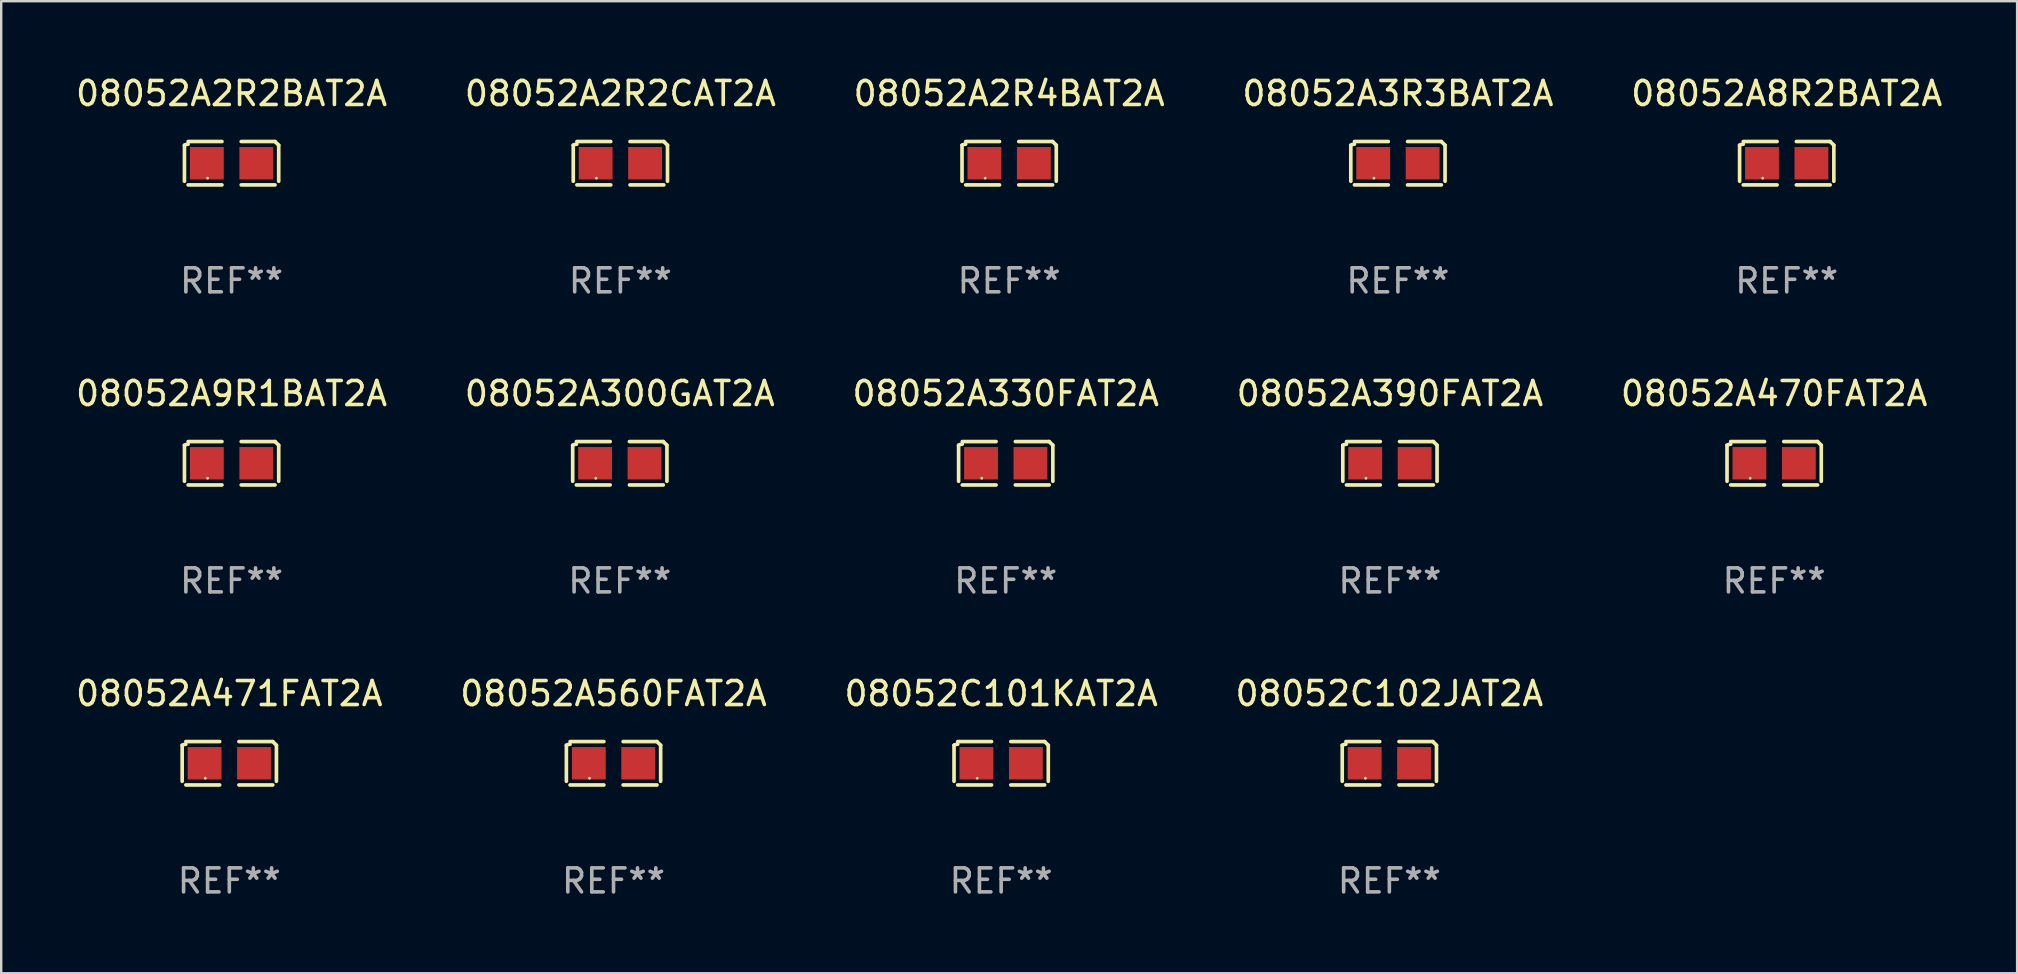
<source format=kicad_pcb>
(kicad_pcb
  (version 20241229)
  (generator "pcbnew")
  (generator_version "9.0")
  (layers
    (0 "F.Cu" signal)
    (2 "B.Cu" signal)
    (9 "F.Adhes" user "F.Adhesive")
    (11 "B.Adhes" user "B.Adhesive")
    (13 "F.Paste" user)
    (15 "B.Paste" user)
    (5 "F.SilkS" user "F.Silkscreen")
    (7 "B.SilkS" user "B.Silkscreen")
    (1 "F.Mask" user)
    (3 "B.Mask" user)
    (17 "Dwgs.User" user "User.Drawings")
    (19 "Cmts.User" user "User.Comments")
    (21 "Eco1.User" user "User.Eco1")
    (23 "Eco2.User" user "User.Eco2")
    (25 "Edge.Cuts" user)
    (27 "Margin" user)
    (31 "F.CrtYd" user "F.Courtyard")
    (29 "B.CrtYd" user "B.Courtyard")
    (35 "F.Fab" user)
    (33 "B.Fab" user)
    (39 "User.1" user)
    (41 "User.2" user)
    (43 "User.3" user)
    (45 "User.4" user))
  (footprint "08052A3R3BAT2A"
    (layer "F.Cu")
    (at 55.208 3.752)
    (property "Reference" "08052A3R3BAT2A" (at 0 -2.904 0) (layer "F.SilkS") (effects (font (size 1 1) (thickness 0.15))))
    (attr through_hole)
    (fp_line (start -1.964 0.751) (end -1.964 -0.751) (stroke (width 0.152) (type solid)) (layer "F.SilkS"))
    (fp_line (start -1.811 -0.904) (end -0.401 -0.904) (stroke (width 0.152) (type solid)) (layer "F.SilkS"))
    (fp_line (start -0.401 0.904) (end -1.811 0.904) (stroke (width 0.152) (type solid)) (layer "F.SilkS"))
    (fp_line (start 0.401 0.904) (end 1.811 0.904) (stroke (width 0.152) (type solid)) (layer "F.SilkS"))
    (fp_line (start 1.811 -0.904) (end 0.401 -0.904) (stroke (width 0.152) (type solid)) (layer "F.SilkS"))
    (fp_line (start 1.964 0.751) (end 1.964 -0.751) (stroke (width 0.152) (type solid)) (layer "F.SilkS"))
    (fp_arc (start -1.963602 -0.751207) (mid -1.890354 -0.783131) (end -1.811201 -0.794044) (stroke (width 0.1524) (type solid)) (layer "F.SilkS"))
    (fp_arc (start 1.811202 -0.903607) (mid 1.887413 -0.827418) (end 1.963602 -0.751207) (stroke (width 0.1524) (type solid)) (layer "F.SilkS"))
    (fp_circle (center -1 0.625) (end -0.97 0.625) (stroke (width 0.06) (type solid)) (fill no) (layer "F.SilkS"))
    (fp_text user "REF**" (at 0 4.904 0) (layer "F.Fab") (effects (font (size 1 1) (thickness 0.15))))
    (pad "1" smd rect (at -1.03 0) (size 1.41 1.35) (layers "F.Cu" "F.Mask" "F.Paste"))
    (pad "2" smd rect (at 1.03 0) (size 1.41 1.35) (layers "F.Cu" "F.Mask" "F.Paste")))
  (footprint "08052A330FAT2A"
    (layer "F.Cu")
    (at 38.863 16.256)
    (property "Reference" "08052A330FAT2A" (at 0 -2.904 0) (layer "F.SilkS") (effects (font (size 1 1) (thickness 0.15))))
    (attr through_hole)
    (fp_line (start -1.964 0.751) (end -1.964 -0.751) (stroke (width 0.152) (type solid)) (layer "F.SilkS"))
    (fp_line (start -1.811 -0.904) (end -0.401 -0.904) (stroke (width 0.152) (type solid)) (layer "F.SilkS"))
    (fp_line (start -0.401 0.904) (end -1.811 0.904) (stroke (width 0.152) (type solid)) (layer "F.SilkS"))
    (fp_line (start 0.401 0.904) (end 1.811 0.904) (stroke (width 0.152) (type solid)) (layer "F.SilkS"))
    (fp_line (start 1.811 -0.904) (end 0.401 -0.904) (stroke (width 0.152) (type solid)) (layer "F.SilkS"))
    (fp_line (start 1.964 0.751) (end 1.964 -0.751) (stroke (width 0.152) (type solid)) (layer "F.SilkS"))
    (fp_arc (start -1.963602 -0.751207) (mid -1.890354 -0.783131) (end -1.811201 -0.794044) (stroke (width 0.1524) (type solid)) (layer "F.SilkS"))
    (fp_arc (start 1.811202 -0.903607) (mid 1.887413 -0.827418) (end 1.963602 -0.751207) (stroke (width 0.1524) (type solid)) (layer "F.SilkS"))
    (fp_circle (center -1 0.625) (end -0.97 0.625) (stroke (width 0.06) (type solid)) (fill no) (layer "F.SilkS"))
    (fp_text user "REF**" (at 0 4.904 0) (layer "F.Fab") (effects (font (size 1 1) (thickness 0.15))))
    (pad "1" smd rect (at -1.03 0) (size 1.41 1.35) (layers "F.Cu" "F.Mask" "F.Paste"))
    (pad "2" smd rect (at 1.03 0) (size 1.41 1.35) (layers "F.Cu" "F.Mask" "F.Paste")))
  (footprint "08052A390FAT2A"
    (layer "F.Cu")
    (at 54.875 16.256)
    (property "Reference" "08052A390FAT2A" (at 0 -2.904 0) (layer "F.SilkS") (effects (font (size 1 1) (thickness 0.15))))
    (attr through_hole)
    (fp_line (start -1.964 0.751) (end -1.964 -0.751) (stroke (width 0.152) (type solid)) (layer "F.SilkS"))
    (fp_line (start -1.811 -0.904) (end -0.401 -0.904) (stroke (width 0.152) (type solid)) (layer "F.SilkS"))
    (fp_line (start -0.401 0.904) (end -1.811 0.904) (stroke (width 0.152) (type solid)) (layer "F.SilkS"))
    (fp_line (start 0.401 0.904) (end 1.811 0.904) (stroke (width 0.152) (type solid)) (layer "F.SilkS"))
    (fp_line (start 1.811 -0.904) (end 0.401 -0.904) (stroke (width 0.152) (type solid)) (layer "F.SilkS"))
    (fp_line (start 1.964 0.751) (end 1.964 -0.751) (stroke (width 0.152) (type solid)) (layer "F.SilkS"))
    (fp_arc (start -1.963602 -0.751207) (mid -1.890354 -0.783131) (end -1.811201 -0.794044) (stroke (width 0.1524) (type solid)) (layer "F.SilkS"))
    (fp_arc (start 1.811202 -0.903607) (mid 1.887413 -0.827418) (end 1.963602 -0.751207) (stroke (width 0.1524) (type solid)) (layer "F.SilkS"))
    (fp_circle (center -1 0.625) (end -0.97 0.625) (stroke (width 0.06) (type solid)) (fill no) (layer "F.SilkS"))
    (fp_text user "REF**" (at 0 4.904 0) (layer "F.Fab") (effects (font (size 1 1) (thickness 0.15))))
    (pad "1" smd rect (at -1.03 0) (size 1.41 1.35) (layers "F.Cu" "F.Mask" "F.Paste"))
    (pad "2" smd rect (at 1.03 0) (size 1.41 1.35) (layers "F.Cu" "F.Mask" "F.Paste")))
  (footprint "08052C102JAT2A"
    (layer "F.Cu")
    (at 54.851 28.759)
    (property "Reference" "08052C102JAT2A" (at 0 -2.904 0) (layer "F.SilkS") (effects (font (size 1 1) (thickness 0.15))))
    (attr through_hole)
    (fp_line (start -1.964 0.751) (end -1.964 -0.751) (stroke (width 0.152) (type solid)) (layer "F.SilkS"))
    (fp_line (start -1.811 -0.904) (end -0.401 -0.904) (stroke (width 0.152) (type solid)) (layer "F.SilkS"))
    (fp_line (start -0.401 0.904) (end -1.811 0.904) (stroke (width 0.152) (type solid)) (layer "F.SilkS"))
    (fp_line (start 0.401 0.904) (end 1.811 0.904) (stroke (width 0.152) (type solid)) (layer "F.SilkS"))
    (fp_line (start 1.811 -0.904) (end 0.401 -0.904) (stroke (width 0.152) (type solid)) (layer "F.SilkS"))
    (fp_line (start 1.964 0.751) (end 1.964 -0.751) (stroke (width 0.152) (type solid)) (layer "F.SilkS"))
    (fp_arc (start -1.963602 -0.751207) (mid -1.890354 -0.783131) (end -1.811201 -0.794044) (stroke (width 0.1524) (type solid)) (layer "F.SilkS"))
    (fp_arc (start 1.811202 -0.903607) (mid 1.887413 -0.827418) (end 1.963602 -0.751207) (stroke (width 0.1524) (type solid)) (layer "F.SilkS"))
    (fp_circle (center -1 0.625) (end -0.97 0.625) (stroke (width 0.06) (type solid)) (fill no) (layer "F.SilkS"))
    (fp_text user "REF**" (at 0 4.904 0) (layer "F.Fab") (effects (font (size 1 1) (thickness 0.15))))
    (pad "1" smd rect (at -1.03 0) (size 1.41 1.35) (layers "F.Cu" "F.Mask" "F.Paste"))
    (pad "2" smd rect (at 1.03 0) (size 1.41 1.35) (layers "F.Cu" "F.Mask" "F.Paste")))
  (footprint "08052A471FAT2A"
    (layer "F.Cu")
    (at 6.506 28.759)
    (property "Reference" "08052A471FAT2A" (at 0 -2.904 0) (layer "F.SilkS") (effects (font (size 1 1) (thickness 0.15))))
    (attr through_hole)
    (fp_line (start -1.964 0.751) (end -1.964 -0.751) (stroke (width 0.152) (type solid)) (layer "F.SilkS"))
    (fp_line (start -1.811 -0.904) (end -0.401 -0.904) (stroke (width 0.152) (type solid)) (layer "F.SilkS"))
    (fp_line (start -0.401 0.904) (end -1.811 0.904) (stroke (width 0.152) (type solid)) (layer "F.SilkS"))
    (fp_line (start 0.401 0.904) (end 1.811 0.904) (stroke (width 0.152) (type solid)) (layer "F.SilkS"))
    (fp_line (start 1.811 -0.904) (end 0.401 -0.904) (stroke (width 0.152) (type solid)) (layer "F.SilkS"))
    (fp_line (start 1.964 0.751) (end 1.964 -0.751) (stroke (width 0.152) (type solid)) (layer "F.SilkS"))
    (fp_arc (start -1.963602 -0.751207) (mid -1.890354 -0.783131) (end -1.811201 -0.794044) (stroke (width 0.1524) (type solid)) (layer "F.SilkS"))
    (fp_arc (start 1.811202 -0.903607) (mid 1.887413 -0.827418) (end 1.963602 -0.751207) (stroke (width 0.1524) (type solid)) (layer "F.SilkS"))
    (fp_circle (center -1 0.625) (end -0.97 0.625) (stroke (width 0.06) (type solid)) (fill no) (layer "F.SilkS"))
    (fp_text user "REF**" (at 0 4.904 0) (layer "F.Fab") (effects (font (size 1 1) (thickness 0.15))))
    (pad "1" smd rect (at -1.03 0) (size 1.41 1.35) (layers "F.Cu" "F.Mask" "F.Paste"))
    (pad "2" smd rect (at 1.03 0) (size 1.41 1.35) (layers "F.Cu" "F.Mask" "F.Paste")))
  (footprint "08052C101KAT2A"
    (layer "F.Cu")
    (at 38.673 28.759)
    (property "Reference" "08052C101KAT2A" (at 0 -2.904 0) (layer "F.SilkS") (effects (font (size 1 1) (thickness 0.15))))
    (attr through_hole)
    (fp_line (start -1.964 0.751) (end -1.964 -0.751) (stroke (width 0.152) (type solid)) (layer "F.SilkS"))
    (fp_line (start -1.811 -0.904) (end -0.401 -0.904) (stroke (width 0.152) (type solid)) (layer "F.SilkS"))
    (fp_line (start -0.401 0.904) (end -1.811 0.904) (stroke (width 0.152) (type solid)) (layer "F.SilkS"))
    (fp_line (start 0.401 0.904) (end 1.811 0.904) (stroke (width 0.152) (type solid)) (layer "F.SilkS"))
    (fp_line (start 1.811 -0.904) (end 0.401 -0.904) (stroke (width 0.152) (type solid)) (layer "F.SilkS"))
    (fp_line (start 1.964 0.751) (end 1.964 -0.751) (stroke (width 0.152) (type solid)) (layer "F.SilkS"))
    (fp_arc (start -1.963602 -0.751207) (mid -1.890354 -0.783131) (end -1.811201 -0.794044) (stroke (width 0.1524) (type solid)) (layer "F.SilkS"))
    (fp_arc (start 1.811202 -0.903607) (mid 1.887413 -0.827418) (end 1.963602 -0.751207) (stroke (width 0.1524) (type solid)) (layer "F.SilkS"))
    (fp_circle (center -1 0.625) (end -0.97 0.625) (stroke (width 0.06) (type solid)) (fill no) (layer "F.SilkS"))
    (fp_text user "REF**" (at 0 4.904 0) (layer "F.Fab") (effects (font (size 1 1) (thickness 0.15))))
    (pad "1" smd rect (at -1.03 0) (size 1.41 1.35) (layers "F.Cu" "F.Mask" "F.Paste"))
    (pad "2" smd rect (at 1.03 0) (size 1.41 1.35) (layers "F.Cu" "F.Mask" "F.Paste")))
  (footprint "08052A470FAT2A"
    (layer "F.Cu")
    (at 70.887 16.256)
    (property "Reference" "08052A470FAT2A" (at 0 -2.904 0) (layer "F.SilkS") (effects (font (size 1 1) (thickness 0.15))))
    (attr through_hole)
    (fp_line (start -1.964 0.751) (end -1.964 -0.751) (stroke (width 0.152) (type solid)) (layer "F.SilkS"))
    (fp_line (start -1.811 -0.904) (end -0.401 -0.904) (stroke (width 0.152) (type solid)) (layer "F.SilkS"))
    (fp_line (start -0.401 0.904) (end -1.811 0.904) (stroke (width 0.152) (type solid)) (layer "F.SilkS"))
    (fp_line (start 0.401 0.904) (end 1.811 0.904) (stroke (width 0.152) (type solid)) (layer "F.SilkS"))
    (fp_line (start 1.811 -0.904) (end 0.401 -0.904) (stroke (width 0.152) (type solid)) (layer "F.SilkS"))
    (fp_line (start 1.964 0.751) (end 1.964 -0.751) (stroke (width 0.152) (type solid)) (layer "F.SilkS"))
    (fp_arc (start -1.963602 -0.751207) (mid -1.890354 -0.783131) (end -1.811201 -0.794044) (stroke (width 0.1524) (type solid)) (layer "F.SilkS"))
    (fp_arc (start 1.811202 -0.903607) (mid 1.887413 -0.827418) (end 1.963602 -0.751207) (stroke (width 0.1524) (type solid)) (layer "F.SilkS"))
    (fp_circle (center -1 0.625) (end -0.97 0.625) (stroke (width 0.06) (type solid)) (fill no) (layer "F.SilkS"))
    (fp_text user "REF**" (at 0 4.904 0) (layer "F.Fab") (effects (font (size 1 1) (thickness 0.15))))
    (pad "1" smd rect (at -1.03 0) (size 1.41 1.35) (layers "F.Cu" "F.Mask" "F.Paste"))
    (pad "2" smd rect (at 1.03 0) (size 1.41 1.35) (layers "F.Cu" "F.Mask" "F.Paste")))
  (footprint "08052A2R2CAT2A"
    (layer "F.Cu")
    (at 22.804 3.752)
    (property "Reference" "08052A2R2CAT2A" (at 0 -2.904 0) (layer "F.SilkS") (effects (font (size 1 1) (thickness 0.15))))
    (attr through_hole)
    (fp_line (start -1.964 0.751) (end -1.964 -0.751) (stroke (width 0.152) (type solid)) (layer "F.SilkS"))
    (fp_line (start -1.811 -0.904) (end -0.401 -0.904) (stroke (width 0.152) (type solid)) (layer "F.SilkS"))
    (fp_line (start -0.401 0.904) (end -1.811 0.904) (stroke (width 0.152) (type solid)) (layer "F.SilkS"))
    (fp_line (start 0.401 0.904) (end 1.811 0.904) (stroke (width 0.152) (type solid)) (layer "F.SilkS"))
    (fp_line (start 1.811 -0.904) (end 0.401 -0.904) (stroke (width 0.152) (type solid)) (layer "F.SilkS"))
    (fp_line (start 1.964 0.751) (end 1.964 -0.751) (stroke (width 0.152) (type solid)) (layer "F.SilkS"))
    (fp_arc (start -1.963602 -0.751207) (mid -1.890354 -0.783131) (end -1.811201 -0.794044) (stroke (width 0.1524) (type solid)) (layer "F.SilkS"))
    (fp_arc (start 1.811202 -0.903607) (mid 1.887413 -0.827418) (end 1.963602 -0.751207) (stroke (width 0.1524) (type solid)) (layer "F.SilkS"))
    (fp_circle (center -1 0.625) (end -0.97 0.625) (stroke (width 0.06) (type solid)) (fill no) (layer "F.SilkS"))
    (fp_text user "REF**" (at 0 4.904 0) (layer "F.Fab") (effects (font (size 1 1) (thickness 0.15))))
    (pad "1" smd rect (at -1.03 0) (size 1.41 1.35) (layers "F.Cu" "F.Mask" "F.Paste"))
    (pad "2" smd rect (at 1.03 0) (size 1.41 1.35) (layers "F.Cu" "F.Mask" "F.Paste")))
  (footprint "08052A8R2BAT2A"
    (layer "F.Cu")
    (at 71.411 3.752)
    (property "Reference" "08052A8R2BAT2A" (at 0 -2.904 0) (layer "F.SilkS") (effects (font (size 1 1) (thickness 0.15))))
    (attr through_hole)
    (fp_line (start -1.964 0.751) (end -1.964 -0.751) (stroke (width 0.152) (type solid)) (layer "F.SilkS"))
    (fp_line (start -1.811 -0.904) (end -0.401 -0.904) (stroke (width 0.152) (type solid)) (layer "F.SilkS"))
    (fp_line (start -0.401 0.904) (end -1.811 0.904) (stroke (width 0.152) (type solid)) (layer "F.SilkS"))
    (fp_line (start 0.401 0.904) (end 1.811 0.904) (stroke (width 0.152) (type solid)) (layer "F.SilkS"))
    (fp_line (start 1.811 -0.904) (end 0.401 -0.904) (stroke (width 0.152) (type solid)) (layer "F.SilkS"))
    (fp_line (start 1.964 0.751) (end 1.964 -0.751) (stroke (width 0.152) (type solid)) (layer "F.SilkS"))
    (fp_arc (start -1.963602 -0.751207) (mid -1.890354 -0.783131) (end -1.811201 -0.794044) (stroke (width 0.1524) (type solid)) (layer "F.SilkS"))
    (fp_arc (start 1.811202 -0.903607) (mid 1.887413 -0.827418) (end 1.963602 -0.751207) (stroke (width 0.1524) (type solid)) (layer "F.SilkS"))
    (fp_circle (center -1 0.625) (end -0.97 0.625) (stroke (width 0.06) (type solid)) (fill no) (layer "F.SilkS"))
    (fp_text user "REF**" (at 0 4.904 0) (layer "F.Fab") (effects (font (size 1 1) (thickness 0.15))))
    (pad "1" smd rect (at -1.03 0) (size 1.41 1.35) (layers "F.Cu" "F.Mask" "F.Paste"))
    (pad "2" smd rect (at 1.03 0) (size 1.41 1.35) (layers "F.Cu" "F.Mask" "F.Paste")))
  (footprint "08052A300GAT2A"
    (layer "F.Cu")
    (at 22.78 16.256)
    (property "Reference" "08052A300GAT2A" (at 0 -2.904 0) (layer "F.SilkS") (effects (font (size 1 1) (thickness 0.15))))
    (attr through_hole)
    (fp_line (start -1.964 0.751) (end -1.964 -0.751) (stroke (width 0.152) (type solid)) (layer "F.SilkS"))
    (fp_line (start -1.811 -0.904) (end -0.401 -0.904) (stroke (width 0.152) (type solid)) (layer "F.SilkS"))
    (fp_line (start -0.401 0.904) (end -1.811 0.904) (stroke (width 0.152) (type solid)) (layer "F.SilkS"))
    (fp_line (start 0.401 0.904) (end 1.811 0.904) (stroke (width 0.152) (type solid)) (layer "F.SilkS"))
    (fp_line (start 1.811 -0.904) (end 0.401 -0.904) (stroke (width 0.152) (type solid)) (layer "F.SilkS"))
    (fp_line (start 1.964 0.751) (end 1.964 -0.751) (stroke (width 0.152) (type solid)) (layer "F.SilkS"))
    (fp_arc (start -1.963602 -0.751207) (mid -1.890354 -0.783131) (end -1.811201 -0.794044) (stroke (width 0.1524) (type solid)) (layer "F.SilkS"))
    (fp_arc (start 1.811202 -0.903607) (mid 1.887413 -0.827418) (end 1.963602 -0.751207) (stroke (width 0.1524) (type solid)) (layer "F.SilkS"))
    (fp_circle (center -1 0.625) (end -0.97 0.625) (stroke (width 0.06) (type solid)) (fill no) (layer "F.SilkS"))
    (fp_text user "REF**" (at 0 4.904 0) (layer "F.Fab") (effects (font (size 1 1) (thickness 0.15))))
    (pad "1" smd rect (at -1.03 0) (size 1.41 1.35) (layers "F.Cu" "F.Mask" "F.Paste"))
    (pad "2" smd rect (at 1.03 0) (size 1.41 1.35) (layers "F.Cu" "F.Mask" "F.Paste")))
  (footprint "08052A2R4BAT2A"
    (layer "F.Cu")
    (at 39.006 3.752)
    (property "Reference" "08052A2R4BAT2A" (at 0 -2.904 0) (layer "F.SilkS") (effects (font (size 1 1) (thickness 0.15))))
    (attr through_hole)
    (fp_line (start -1.964 0.751) (end -1.964 -0.751) (stroke (width 0.152) (type solid)) (layer "F.SilkS"))
    (fp_line (start -1.811 -0.904) (end -0.401 -0.904) (stroke (width 0.152) (type solid)) (layer "F.SilkS"))
    (fp_line (start -0.401 0.904) (end -1.811 0.904) (stroke (width 0.152) (type solid)) (layer "F.SilkS"))
    (fp_line (start 0.401 0.904) (end 1.811 0.904) (stroke (width 0.152) (type solid)) (layer "F.SilkS"))
    (fp_line (start 1.811 -0.904) (end 0.401 -0.904) (stroke (width 0.152) (type solid)) (layer "F.SilkS"))
    (fp_line (start 1.964 0.751) (end 1.964 -0.751) (stroke (width 0.152) (type solid)) (layer "F.SilkS"))
    (fp_arc (start -1.963602 -0.751207) (mid -1.890354 -0.783131) (end -1.811201 -0.794044) (stroke (width 0.1524) (type solid)) (layer "F.SilkS"))
    (fp_arc (start 1.811202 -0.903607) (mid 1.887413 -0.827418) (end 1.963602 -0.751207) (stroke (width 0.1524) (type solid)) (layer "F.SilkS"))
    (fp_circle (center -1 0.625) (end -0.97 0.625) (stroke (width 0.06) (type solid)) (fill no) (layer "F.SilkS"))
    (fp_text user "REF**" (at 0 4.904 0) (layer "F.Fab") (effects (font (size 1 1) (thickness 0.15))))
    (pad "1" smd rect (at -1.03 0) (size 1.41 1.35) (layers "F.Cu" "F.Mask" "F.Paste"))
    (pad "2" smd rect (at 1.03 0) (size 1.41 1.35) (layers "F.Cu" "F.Mask" "F.Paste")))
  (footprint "08052A560FAT2A"
    (layer "F.Cu")
    (at 22.518 28.759)
    (property "Reference" "08052A560FAT2A" (at 0 -2.904 0) (layer "F.SilkS") (effects (font (size 1 1) (thickness 0.15))))
    (attr through_hole)
    (fp_line (start -1.964 0.751) (end -1.964 -0.751) (stroke (width 0.152) (type solid)) (layer "F.SilkS"))
    (fp_line (start -1.811 -0.904) (end -0.401 -0.904) (stroke (width 0.152) (type solid)) (layer "F.SilkS"))
    (fp_line (start -0.401 0.904) (end -1.811 0.904) (stroke (width 0.152) (type solid)) (layer "F.SilkS"))
    (fp_line (start 0.401 0.904) (end 1.811 0.904) (stroke (width 0.152) (type solid)) (layer "F.SilkS"))
    (fp_line (start 1.811 -0.904) (end 0.401 -0.904) (stroke (width 0.152) (type solid)) (layer "F.SilkS"))
    (fp_line (start 1.964 0.751) (end 1.964 -0.751) (stroke (width 0.152) (type solid)) (layer "F.SilkS"))
    (fp_arc (start -1.963602 -0.751207) (mid -1.890354 -0.783131) (end -1.811201 -0.794044) (stroke (width 0.1524) (type solid)) (layer "F.SilkS"))
    (fp_arc (start 1.811202 -0.903607) (mid 1.887413 -0.827418) (end 1.963602 -0.751207) (stroke (width 0.1524) (type solid)) (layer "F.SilkS"))
    (fp_circle (center -1 0.625) (end -0.97 0.625) (stroke (width 0.06) (type solid)) (fill no) (layer "F.SilkS"))
    (fp_text user "REF**" (at 0 4.904 0) (layer "F.Fab") (effects (font (size 1 1) (thickness 0.15))))
    (pad "1" smd rect (at -1.03 0) (size 1.41 1.35) (layers "F.Cu" "F.Mask" "F.Paste"))
    (pad "2" smd rect (at 1.03 0) (size 1.41 1.35) (layers "F.Cu" "F.Mask" "F.Paste")))
  (footprint "08052A9R1BAT2A"
    (layer "F.Cu")
    (at 6.601 16.256)
    (property "Reference" "08052A9R1BAT2A" (at 0 -2.904 0) (layer "F.SilkS") (effects (font (size 1 1) (thickness 0.15))))
    (attr through_hole)
    (fp_line (start -1.964 0.751) (end -1.964 -0.751) (stroke (width 0.152) (type solid)) (layer "F.SilkS"))
    (fp_line (start -1.811 -0.904) (end -0.401 -0.904) (stroke (width 0.152) (type solid)) (layer "F.SilkS"))
    (fp_line (start -0.401 0.904) (end -1.811 0.904) (stroke (width 0.152) (type solid)) (layer "F.SilkS"))
    (fp_line (start 0.401 0.904) (end 1.811 0.904) (stroke (width 0.152) (type solid)) (layer "F.SilkS"))
    (fp_line (start 1.811 -0.904) (end 0.401 -0.904) (stroke (width 0.152) (type solid)) (layer "F.SilkS"))
    (fp_line (start 1.964 0.751) (end 1.964 -0.751) (stroke (width 0.152) (type solid)) (layer "F.SilkS"))
    (fp_arc (start -1.963602 -0.751207) (mid -1.890354 -0.783131) (end -1.811201 -0.794044) (stroke (width 0.1524) (type solid)) (layer "F.SilkS"))
    (fp_arc (start 1.811202 -0.903607) (mid 1.887413 -0.827418) (end 1.963602 -0.751207) (stroke (width 0.1524) (type solid)) (layer "F.SilkS"))
    (fp_circle (center -1 0.625) (end -0.97 0.625) (stroke (width 0.06) (type solid)) (fill no) (layer "F.SilkS"))
    (fp_text user "REF**" (at 0 4.904 0) (layer "F.Fab") (effects (font (size 1 1) (thickness 0.15))))
    (pad "1" smd rect (at -1.03 0) (size 1.41 1.35) (layers "F.Cu" "F.Mask" "F.Paste"))
    (pad "2" smd rect (at 1.03 0) (size 1.41 1.35) (layers "F.Cu" "F.Mask" "F.Paste")))
  (footprint "08052A2R2BAT2A"
    (layer "F.Cu")
    (at 6.601 3.752)
    (property "Reference" "08052A2R2BAT2A" (at 0 -2.904 0) (layer "F.SilkS") (effects (font (size 1 1) (thickness 0.15))))
    (attr through_hole)
    (fp_line (start -1.964 0.751) (end -1.964 -0.751) (stroke (width 0.152) (type solid)) (layer "F.SilkS"))
    (fp_line (start -1.811 -0.904) (end -0.401 -0.904) (stroke (width 0.152) (type solid)) (layer "F.SilkS"))
    (fp_line (start -0.401 0.904) (end -1.811 0.904) (stroke (width 0.152) (type solid)) (layer "F.SilkS"))
    (fp_line (start 0.401 0.904) (end 1.811 0.904) (stroke (width 0.152) (type solid)) (layer "F.SilkS"))
    (fp_line (start 1.811 -0.904) (end 0.401 -0.904) (stroke (width 0.152) (type solid)) (layer "F.SilkS"))
    (fp_line (start 1.964 0.751) (end 1.964 -0.751) (stroke (width 0.152) (type solid)) (layer "F.SilkS"))
    (fp_arc (start -1.963602 -0.751207) (mid -1.890354 -0.783131) (end -1.811201 -0.794044) (stroke (width 0.1524) (type solid)) (layer "F.SilkS"))
    (fp_arc (start 1.811202 -0.903607) (mid 1.887413 -0.827418) (end 1.963602 -0.751207) (stroke (width 0.1524) (type solid)) (layer "F.SilkS"))
    (fp_circle (center -1 0.625) (end -0.97 0.625) (stroke (width 0.06) (type solid)) (fill no) (layer "F.SilkS"))
    (fp_text user "REF**" (at 0 4.904 0) (layer "F.Fab") (effects (font (size 1 1) (thickness 0.15))))
    (pad "1" smd rect (at -1.03 0) (size 1.41 1.35) (layers "F.Cu" "F.Mask" "F.Paste"))
    (pad "2" smd rect (at 1.03 0) (size 1.41 1.35) (layers "F.Cu" "F.Mask" "F.Paste")))
  (gr_rect
    (start -3 -3)
    (end 81.012 37.511)
    (stroke (width 0.1) (type default))
    (fill no)
    (layer "Edge.Cuts")))
</source>
